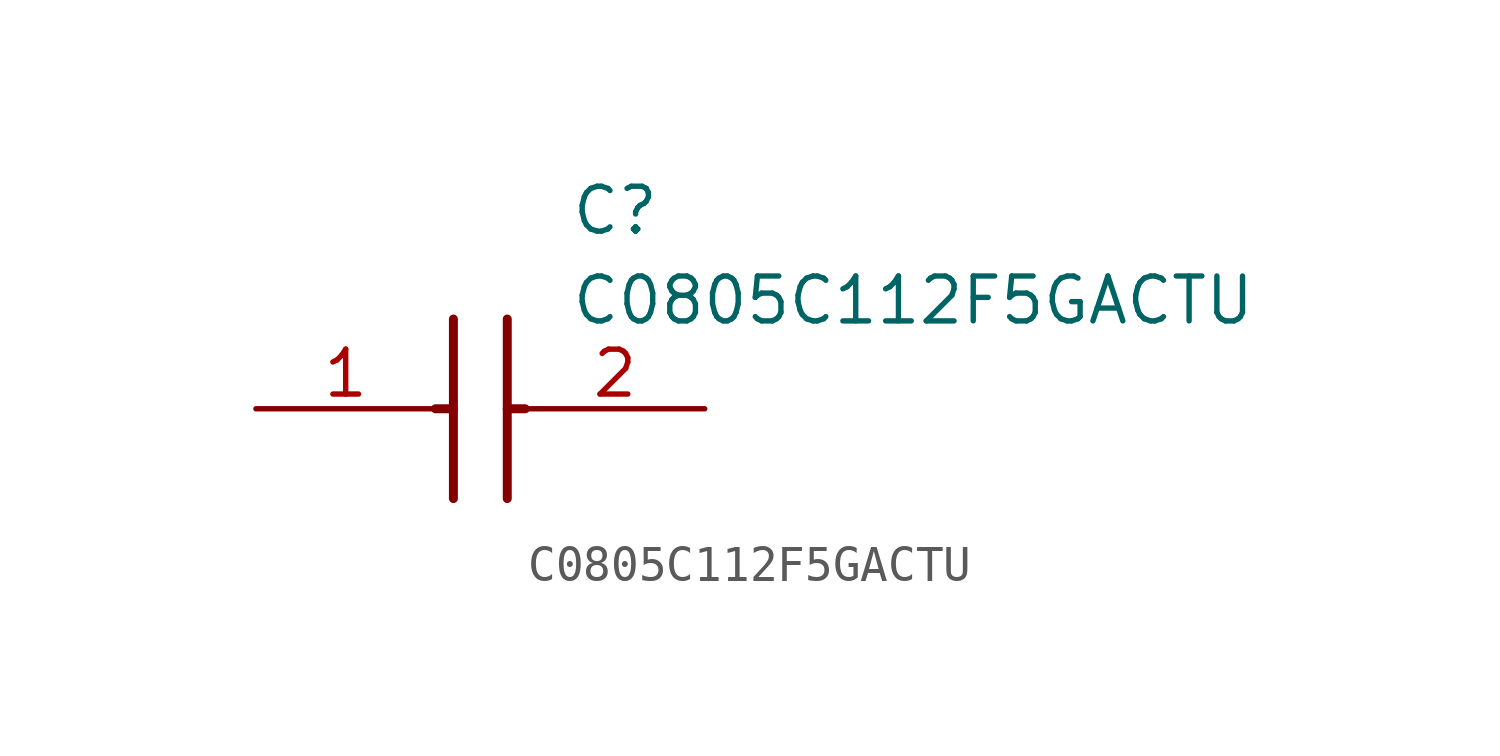
<source format=kicad_sym>
(kicad_symbol_lib
  (version 20211014)
  (generator SamacSys_ECAD_Model)
  (symbol "C0805C112F5GACTU"
    (pin_names hide)
    (property "Reference" "C"
      (at 8.89 6.35 0)
      (effects (font (size 1.27 1.27)) (justify left top)))
    (property "Value" "C0805C112F5GACTU"
      (at 8.89 3.81 0)
      (effects (font (size 1.27 1.27)) (justify left top)))
    (polyline
      (pts (xy 5.588 2.54) (xy 5.588 -2.54))
      (stroke (width 0.254) (type default))
      (fill (type none)))
    (polyline
      (pts (xy 7.112 2.54) (xy 7.112 -2.54))
      (stroke (width 0.254) (type default))
      (fill (type none)))
    (polyline
      (pts (xy 5.08 0) (xy 5.588 0))
      (stroke (width 0.254) (type default))
      (fill (type none)))
    (polyline
      (pts (xy 7.112 0) (xy 7.62 0))
      (stroke (width 0.254) (type default))
      (fill (type none)))
    (pin passive line
      (at 0 0 0)
      (length 5.08)
      (name "1" (effects (font (size 1.27 1.27))))
      (number "1" (effects (font (size 1.27 1.27)))))
    (pin passive line
      (at 12.7 0 180)
      (length 5.08)
      (name "2" (effects (font (size 1.27 1.27))))
      (number "2" (effects (font (size 1.27 1.27)))))))
</source>
